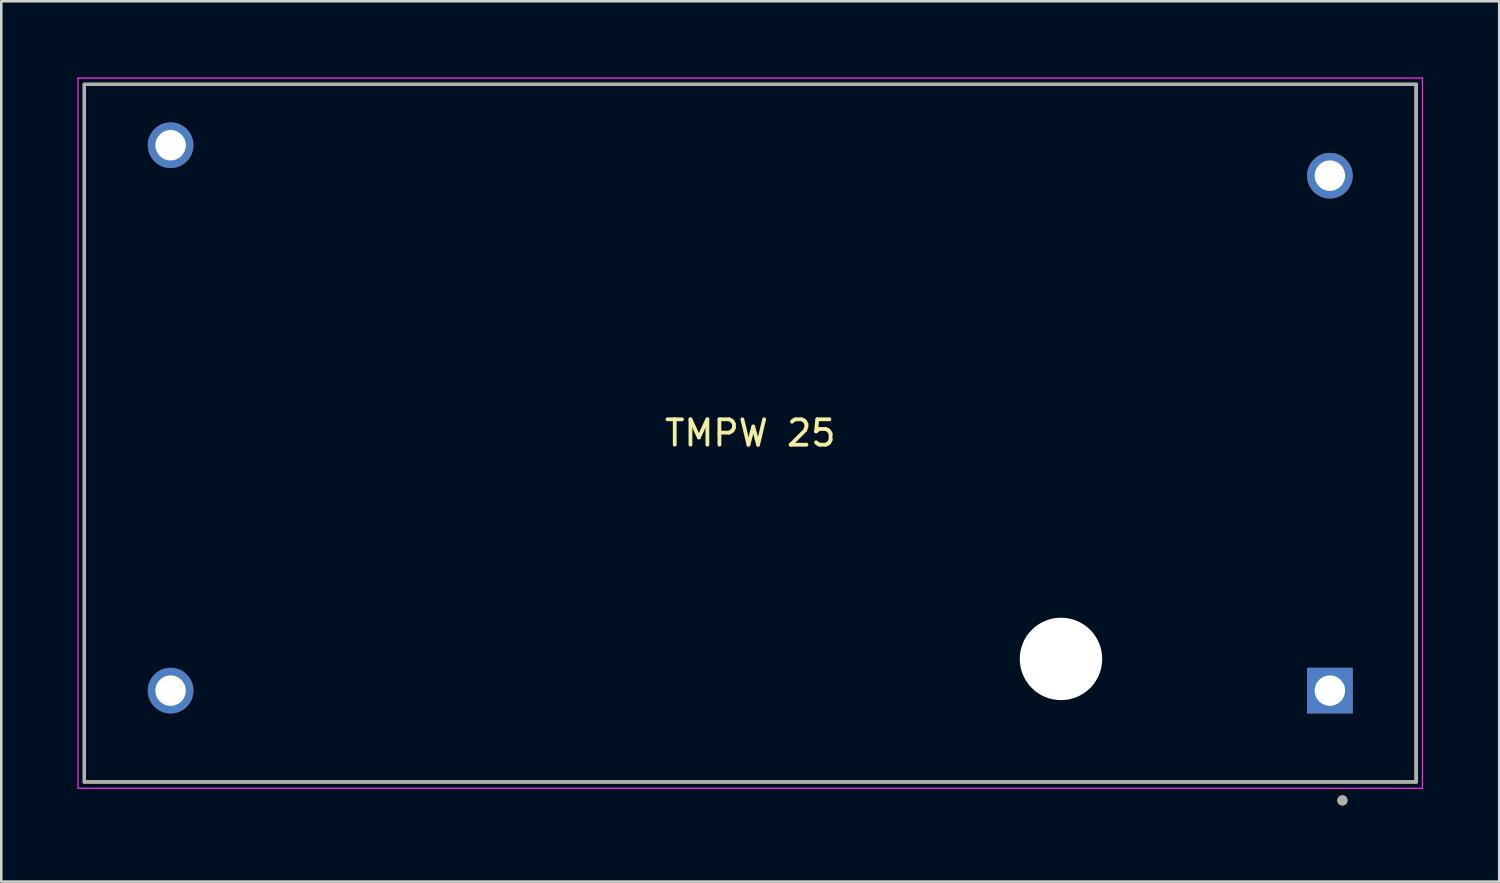
<source format=kicad_pcb>
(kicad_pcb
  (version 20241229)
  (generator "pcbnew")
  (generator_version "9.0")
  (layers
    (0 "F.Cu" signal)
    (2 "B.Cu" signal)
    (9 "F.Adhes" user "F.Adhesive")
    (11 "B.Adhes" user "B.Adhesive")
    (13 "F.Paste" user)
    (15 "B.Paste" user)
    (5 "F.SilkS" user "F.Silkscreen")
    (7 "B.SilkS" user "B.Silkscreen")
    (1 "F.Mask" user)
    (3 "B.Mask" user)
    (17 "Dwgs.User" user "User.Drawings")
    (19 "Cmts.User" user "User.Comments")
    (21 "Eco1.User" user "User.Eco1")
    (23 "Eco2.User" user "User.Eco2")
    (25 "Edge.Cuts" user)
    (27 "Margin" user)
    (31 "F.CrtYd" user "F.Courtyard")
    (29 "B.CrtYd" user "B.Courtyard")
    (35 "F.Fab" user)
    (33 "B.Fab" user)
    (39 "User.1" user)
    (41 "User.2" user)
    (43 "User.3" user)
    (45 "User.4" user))
  (footprint "TMPW 25"
    (layer "F.Cu")
    (at 26.525 14.025)
    (property "Reference" "TMPW 25" (at 0 0 0) (layer "F.SilkS") (effects (font (size 1 1) (thickness 0.15))))
    (attr through_hole)
    (fp_line (start -26.25 13.75) (end -26.25 -13.75) (stroke (width 0.127) (type solid)) (layer "F.SilkS"))
    (fp_line (start 26.25 -13.75) (end -26.25 -13.75) (stroke (width 0.127) (type solid)) (layer "F.SilkS"))
    (fp_line (start 26.25 13.75) (end -26.25 13.75) (stroke (width 0.127) (type solid)) (layer "F.SilkS"))
    (fp_line (start 26.25 13.75) (end 26.25 -13.75) (stroke (width 0.127) (type solid)) (layer "F.SilkS"))
    (fp_circle (center 23.344 14.478) (end 23.444 14.478) (stroke (width 0.2) (type solid)) (fill no) (layer "F.SilkS"))
    (fp_line (start -26.5 14) (end -26.5 -14) (stroke (width 0.05) (type solid)) (layer "F.CrtYd"))
    (fp_line (start 26.5 -14) (end -26.5 -14) (stroke (width 0.05) (type solid)) (layer "F.CrtYd"))
    (fp_line (start 26.5 14) (end -26.5 14) (stroke (width 0.05) (type solid)) (layer "F.CrtYd"))
    (fp_line (start 26.5 14) (end 26.5 -14) (stroke (width 0.05) (type solid)) (layer "F.CrtYd"))
    (fp_line (start -26.25 13.75) (end -26.25 -13.75) (stroke (width 0.127) (type solid)) (layer "F.Fab"))
    (fp_line (start 26.25 -13.75) (end -26.25 -13.75) (stroke (width 0.127) (type solid)) (layer "F.Fab"))
    (fp_line (start 26.25 13.75) (end -26.25 13.75) (stroke (width 0.127) (type solid)) (layer "F.Fab"))
    (fp_line (start 26.25 13.75) (end 26.25 -13.75) (stroke (width 0.127) (type solid)) (layer "F.Fab"))
    (fp_circle (center 23.344 14.478) (end 23.444 14.478) (stroke (width 0.2) (type solid)) (fill no) (layer "F.Fab"))
    (pad "" np_thru_hole circle (at 12.25 8.9) (size 3.25 3.25) (drill 3.25) (layers "*.Cu" "*.Mask"))
    (pad "1" thru_hole rect (at 22.85 10.15) (size 1.8 1.8) (drill 1.2) (layers "*.Cu" "*.Mask"))
    (pad "2" thru_hole circle (at 22.85 -10.15) (size 1.8 1.8) (drill 1.2) (layers "*.Cu" "*.Mask"))
    (pad "3" thru_hole circle (at -22.85 10.15) (size 1.8 1.8) (drill 1.2) (layers "*.Cu" "*.Mask"))
    (pad "4" thru_hole circle (at -22.85 -11.35) (size 1.8 1.8) (drill 1.2) (layers "*.Cu" "*.Mask")))
  (gr_rect
    (start -3 -3)
    (end 56.05 31.703)
    (stroke (width 0.1) (type default))
    (fill no)
    (layer "Edge.Cuts")))
</source>
